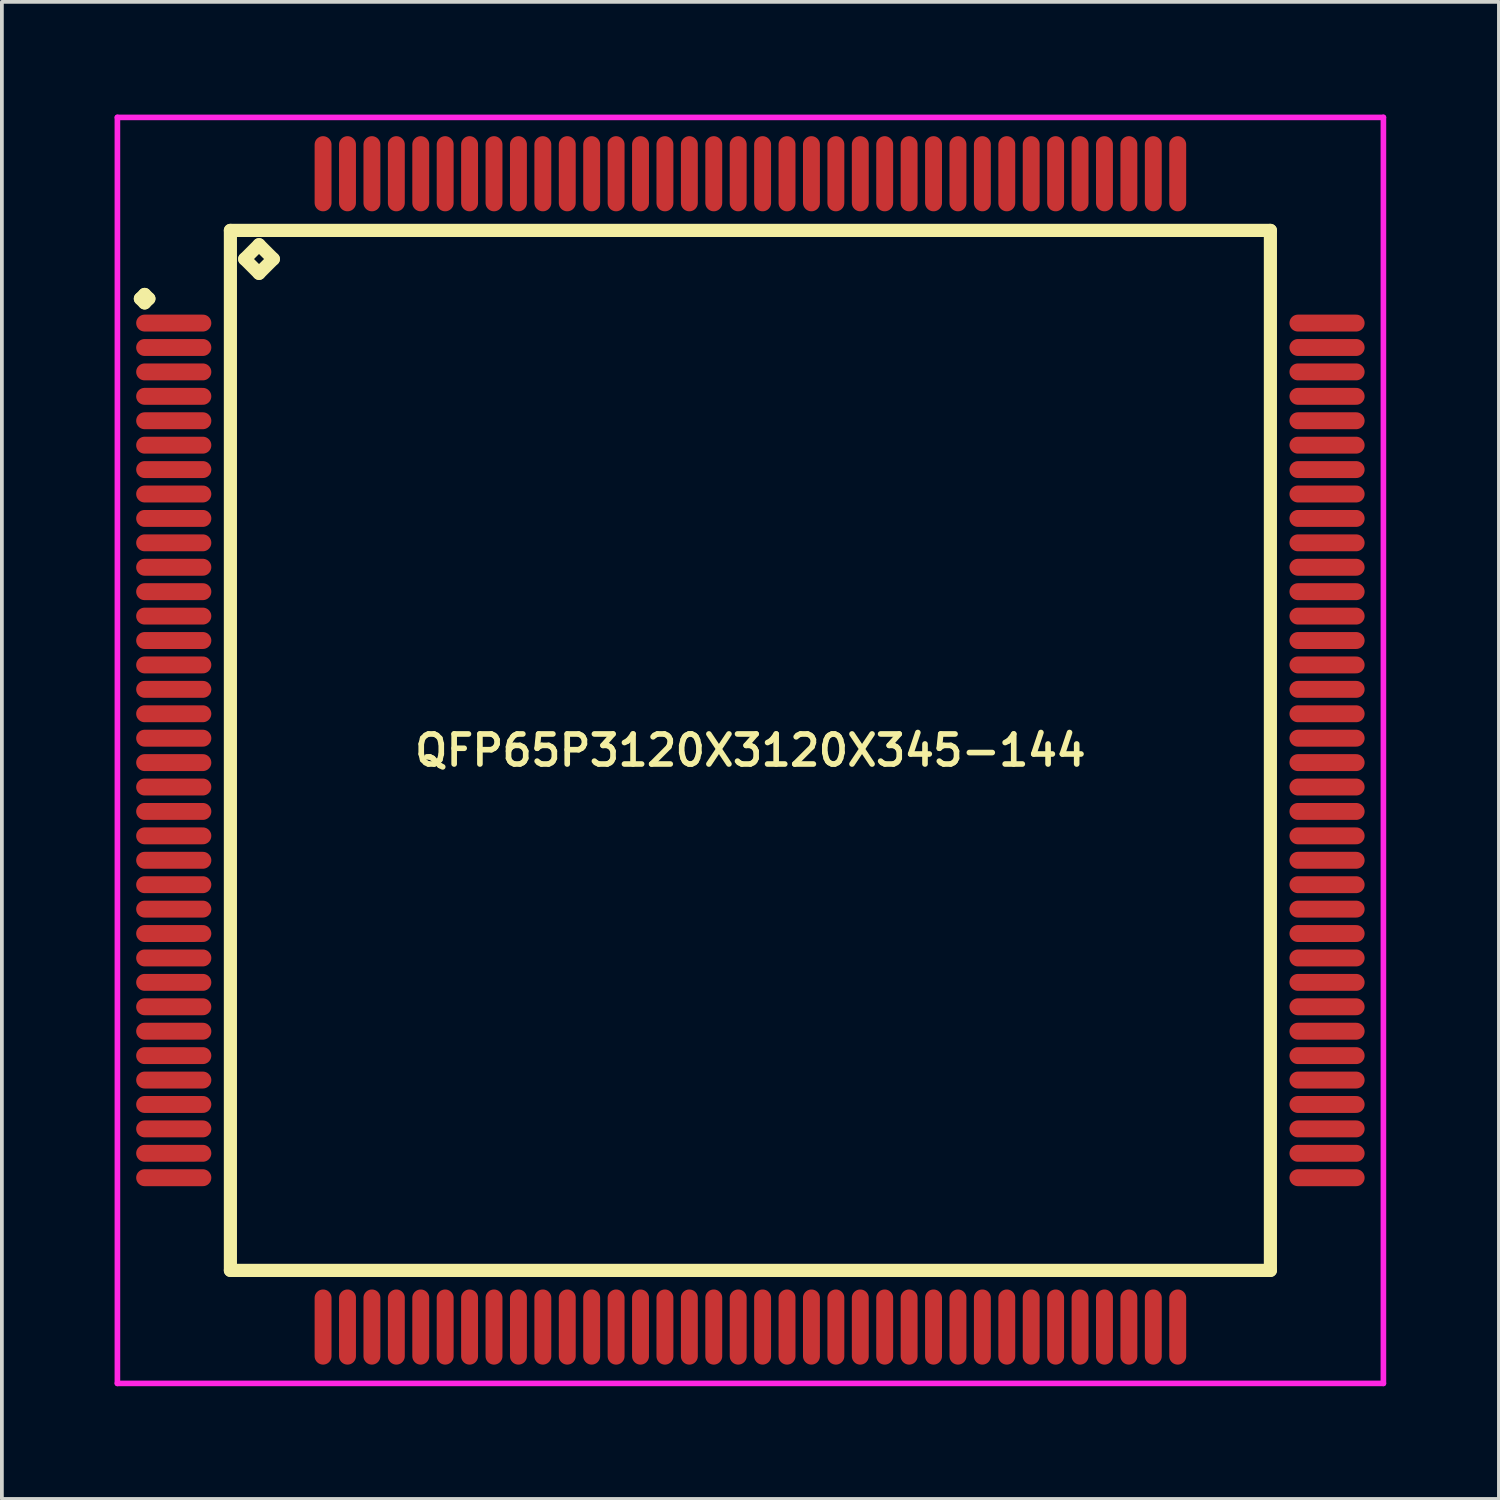
<source format=kicad_pcb>
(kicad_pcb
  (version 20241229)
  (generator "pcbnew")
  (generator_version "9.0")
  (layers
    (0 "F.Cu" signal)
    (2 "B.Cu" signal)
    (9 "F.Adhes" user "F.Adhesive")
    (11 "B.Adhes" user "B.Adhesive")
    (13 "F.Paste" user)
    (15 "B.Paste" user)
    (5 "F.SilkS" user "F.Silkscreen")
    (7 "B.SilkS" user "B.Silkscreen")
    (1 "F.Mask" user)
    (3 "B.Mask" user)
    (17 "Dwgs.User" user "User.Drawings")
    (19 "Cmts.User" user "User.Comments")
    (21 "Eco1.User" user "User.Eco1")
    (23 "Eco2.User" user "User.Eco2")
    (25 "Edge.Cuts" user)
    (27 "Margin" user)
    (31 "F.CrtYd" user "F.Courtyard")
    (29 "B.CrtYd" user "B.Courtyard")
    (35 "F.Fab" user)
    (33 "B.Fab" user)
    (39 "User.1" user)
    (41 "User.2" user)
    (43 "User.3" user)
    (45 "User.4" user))
  (footprint "QFP65P3120X3120X345-144"
    (layer "F.Cu")
    (at 16.925 16.925)
    (property "Reference" "QFP65P3120X3120X345-144" (at 0 0 0) (layer "F.SilkS") (effects (font (size 0.8 0.8) (thickness 0.15))))
    (attr smd)
    (fp_line (start -16.238 -12.025) (end -16.125 -12.137) (stroke (width 0.35) (type solid)) (layer "F.SilkS"))
    (fp_line (start -16.125 -12.137) (end -16.012 -12.025) (stroke (width 0.35) (type solid)) (layer "F.SilkS"))
    (fp_line (start -16.125 -11.912) (end -16.238 -12.025) (stroke (width 0.35) (type solid)) (layer "F.SilkS"))
    (fp_line (start -16.012 -12.025) (end -16.125 -11.912) (stroke (width 0.35) (type solid)) (layer "F.SilkS"))
    (fp_line (start -13.842 -13.842) (end -13.842 13.842) (stroke (width 0.35) (type solid)) (layer "F.SilkS"))
    (fp_line (start -13.842 13.842) (end 13.842 13.842) (stroke (width 0.35) (type solid)) (layer "F.SilkS"))
    (fp_line (start -13.461 -13.08) (end -13.08 -13.461) (stroke (width 0.35) (type solid)) (layer "F.SilkS"))
    (fp_line (start -13.08 -13.461) (end -12.699 -13.08) (stroke (width 0.35) (type solid)) (layer "F.SilkS"))
    (fp_line (start -13.08 -12.699) (end -13.461 -13.08) (stroke (width 0.35) (type solid)) (layer "F.SilkS"))
    (fp_line (start -12.699 -13.08) (end -13.08 -12.699) (stroke (width 0.35) (type solid)) (layer "F.SilkS"))
    (fp_line (start 13.842 -13.842) (end -13.842 -13.842) (stroke (width 0.35) (type solid)) (layer "F.SilkS"))
    (fp_line (start 13.842 13.842) (end 13.842 -13.842) (stroke (width 0.35) (type solid)) (layer "F.SilkS"))
    (fp_line (start -16.85 -16.85) (end 16.85 -16.85) (stroke (width 0.15) (type solid)) (layer "F.CrtYd"))
    (fp_line (start -16.85 16.85) (end -16.85 -16.85) (stroke (width 0.15) (type solid)) (layer "F.CrtYd"))
    (fp_line (start 16.85 -16.85) (end 16.85 16.85) (stroke (width 0.15) (type solid)) (layer "F.CrtYd"))
    (fp_line (start 16.85 16.85) (end -16.85 16.85) (stroke (width 0.15) (type solid)) (layer "F.CrtYd"))
    (pad "1" smd oval (at -15.35 -11.375) (size 2 0.45) (layers "F.Cu" "F.Mask" "F.Paste"))
    (pad "2" smd oval (at -15.35 -10.725) (size 2 0.45) (layers "F.Cu" "F.Mask" "F.Paste"))
    (pad "3" smd oval (at -15.35 -10.075) (size 2 0.45) (layers "F.Cu" "F.Mask" "F.Paste"))
    (pad "4" smd oval (at -15.35 -9.425) (size 2 0.45) (layers "F.Cu" "F.Mask" "F.Paste"))
    (pad "5" smd oval (at -15.35 -8.775) (size 2 0.45) (layers "F.Cu" "F.Mask" "F.Paste"))
    (pad "6" smd oval (at -15.35 -8.125) (size 2 0.45) (layers "F.Cu" "F.Mask" "F.Paste"))
    (pad "7" smd oval (at -15.35 -7.475) (size 2 0.45) (layers "F.Cu" "F.Mask" "F.Paste"))
    (pad "8" smd oval (at -15.35 -6.825) (size 2 0.45) (layers "F.Cu" "F.Mask" "F.Paste"))
    (pad "9" smd oval (at -15.35 -6.175) (size 2 0.45) (layers "F.Cu" "F.Mask" "F.Paste"))
    (pad "10" smd oval (at -15.35 -5.525) (size 2 0.45) (layers "F.Cu" "F.Mask" "F.Paste"))
    (pad "11" smd oval (at -15.35 -4.875) (size 2 0.45) (layers "F.Cu" "F.Mask" "F.Paste"))
    (pad "12" smd oval (at -15.35 -4.225) (size 2 0.45) (layers "F.Cu" "F.Mask" "F.Paste"))
    (pad "13" smd oval (at -15.35 -3.575) (size 2 0.45) (layers "F.Cu" "F.Mask" "F.Paste"))
    (pad "14" smd oval (at -15.35 -2.925) (size 2 0.45) (layers "F.Cu" "F.Mask" "F.Paste"))
    (pad "15" smd oval (at -15.35 -2.275) (size 2 0.45) (layers "F.Cu" "F.Mask" "F.Paste"))
    (pad "16" smd oval (at -15.35 -1.625) (size 2 0.45) (layers "F.Cu" "F.Mask" "F.Paste"))
    (pad "17" smd oval (at -15.35 -0.975) (size 2 0.45) (layers "F.Cu" "F.Mask" "F.Paste"))
    (pad "18" smd oval (at -15.35 -0.325) (size 2 0.45) (layers "F.Cu" "F.Mask" "F.Paste"))
    (pad "19" smd oval (at -15.35 0.325) (size 2 0.45) (layers "F.Cu" "F.Mask" "F.Paste"))
    (pad "20" smd oval (at -15.35 0.975) (size 2 0.45) (layers "F.Cu" "F.Mask" "F.Paste"))
    (pad "21" smd oval (at -15.35 1.625) (size 2 0.45) (layers "F.Cu" "F.Mask" "F.Paste"))
    (pad "22" smd oval (at -15.35 2.275) (size 2 0.45) (layers "F.Cu" "F.Mask" "F.Paste"))
    (pad "23" smd oval (at -15.35 2.925) (size 2 0.45) (layers "F.Cu" "F.Mask" "F.Paste"))
    (pad "24" smd oval (at -15.35 3.575) (size 2 0.45) (layers "F.Cu" "F.Mask" "F.Paste"))
    (pad "25" smd oval (at -15.35 4.225) (size 2 0.45) (layers "F.Cu" "F.Mask" "F.Paste"))
    (pad "26" smd oval (at -15.35 4.875) (size 2 0.45) (layers "F.Cu" "F.Mask" "F.Paste"))
    (pad "27" smd oval (at -15.35 5.525) (size 2 0.45) (layers "F.Cu" "F.Mask" "F.Paste"))
    (pad "28" smd oval (at -15.35 6.175) (size 2 0.45) (layers "F.Cu" "F.Mask" "F.Paste"))
    (pad "29" smd oval (at -15.35 6.825) (size 2 0.45) (layers "F.Cu" "F.Mask" "F.Paste"))
    (pad "30" smd oval (at -15.35 7.475) (size 2 0.45) (layers "F.Cu" "F.Mask" "F.Paste"))
    (pad "31" smd oval (at -15.35 8.125) (size 2 0.45) (layers "F.Cu" "F.Mask" "F.Paste"))
    (pad "32" smd oval (at -15.35 8.775) (size 2 0.45) (layers "F.Cu" "F.Mask" "F.Paste"))
    (pad "33" smd oval (at -15.35 9.425) (size 2 0.45) (layers "F.Cu" "F.Mask" "F.Paste"))
    (pad "34" smd oval (at -15.35 10.075) (size 2 0.45) (layers "F.Cu" "F.Mask" "F.Paste"))
    (pad "35" smd oval (at -15.35 10.725) (size 2 0.45) (layers "F.Cu" "F.Mask" "F.Paste"))
    (pad "36" smd oval (at -15.35 11.375) (size 2 0.45) (layers "F.Cu" "F.Mask" "F.Paste"))
    (pad "37" smd oval (at -11.375 15.35) (size 0.45 2) (layers "F.Cu" "F.Mask" "F.Paste"))
    (pad "38" smd oval (at -10.725 15.35) (size 0.45 2) (layers "F.Cu" "F.Mask" "F.Paste"))
    (pad "39" smd oval (at -10.075 15.35) (size 0.45 2) (layers "F.Cu" "F.Mask" "F.Paste"))
    (pad "40" smd oval (at -9.425 15.35) (size 0.45 2) (layers "F.Cu" "F.Mask" "F.Paste"))
    (pad "41" smd oval (at -8.775 15.35) (size 0.45 2) (layers "F.Cu" "F.Mask" "F.Paste"))
    (pad "42" smd oval (at -8.125 15.35) (size 0.45 2) (layers "F.Cu" "F.Mask" "F.Paste"))
    (pad "43" smd oval (at -7.475 15.35) (size 0.45 2) (layers "F.Cu" "F.Mask" "F.Paste"))
    (pad "44" smd oval (at -6.825 15.35) (size 0.45 2) (layers "F.Cu" "F.Mask" "F.Paste"))
    (pad "45" smd oval (at -6.175 15.35) (size 0.45 2) (layers "F.Cu" "F.Mask" "F.Paste"))
    (pad "46" smd oval (at -5.525 15.35) (size 0.45 2) (layers "F.Cu" "F.Mask" "F.Paste"))
    (pad "47" smd oval (at -4.875 15.35) (size 0.45 2) (layers "F.Cu" "F.Mask" "F.Paste"))
    (pad "48" smd oval (at -4.225 15.35) (size 0.45 2) (layers "F.Cu" "F.Mask" "F.Paste"))
    (pad "49" smd oval (at -3.575 15.35) (size 0.45 2) (layers "F.Cu" "F.Mask" "F.Paste"))
    (pad "50" smd oval (at -2.925 15.35) (size 0.45 2) (layers "F.Cu" "F.Mask" "F.Paste"))
    (pad "51" smd oval (at -2.275 15.35) (size 0.45 2) (layers "F.Cu" "F.Mask" "F.Paste"))
    (pad "52" smd oval (at -1.625 15.35) (size 0.45 2) (layers "F.Cu" "F.Mask" "F.Paste"))
    (pad "53" smd oval (at -0.975 15.35) (size 0.45 2) (layers "F.Cu" "F.Mask" "F.Paste"))
    (pad "54" smd oval (at -0.325 15.35) (size 0.45 2) (layers "F.Cu" "F.Mask" "F.Paste"))
    (pad "55" smd oval (at 0.325 15.35) (size 0.45 2) (layers "F.Cu" "F.Mask" "F.Paste"))
    (pad "56" smd oval (at 0.975 15.35) (size 0.45 2) (layers "F.Cu" "F.Mask" "F.Paste"))
    (pad "57" smd oval (at 1.625 15.35) (size 0.45 2) (layers "F.Cu" "F.Mask" "F.Paste"))
    (pad "58" smd oval (at 2.275 15.35) (size 0.45 2) (layers "F.Cu" "F.Mask" "F.Paste"))
    (pad "59" smd oval (at 2.925 15.35) (size 0.45 2) (layers "F.Cu" "F.Mask" "F.Paste"))
    (pad "60" smd oval (at 3.575 15.35) (size 0.45 2) (layers "F.Cu" "F.Mask" "F.Paste"))
    (pad "61" smd oval (at 4.225 15.35) (size 0.45 2) (layers "F.Cu" "F.Mask" "F.Paste"))
    (pad "62" smd oval (at 4.875 15.35) (size 0.45 2) (layers "F.Cu" "F.Mask" "F.Paste"))
    (pad "63" smd oval (at 5.525 15.35) (size 0.45 2) (layers "F.Cu" "F.Mask" "F.Paste"))
    (pad "64" smd oval (at 6.175 15.35) (size 0.45 2) (layers "F.Cu" "F.Mask" "F.Paste"))
    (pad "65" smd oval (at 6.825 15.35) (size 0.45 2) (layers "F.Cu" "F.Mask" "F.Paste"))
    (pad "66" smd oval (at 7.475 15.35) (size 0.45 2) (layers "F.Cu" "F.Mask" "F.Paste"))
    (pad "67" smd oval (at 8.125 15.35) (size 0.45 2) (layers "F.Cu" "F.Mask" "F.Paste"))
    (pad "68" smd oval (at 8.775 15.35) (size 0.45 2) (layers "F.Cu" "F.Mask" "F.Paste"))
    (pad "69" smd oval (at 9.425 15.35) (size 0.45 2) (layers "F.Cu" "F.Mask" "F.Paste"))
    (pad "70" smd oval (at 10.075 15.35) (size 0.45 2) (layers "F.Cu" "F.Mask" "F.Paste"))
    (pad "71" smd oval (at 10.725 15.35) (size 0.45 2) (layers "F.Cu" "F.Mask" "F.Paste"))
    (pad "72" smd oval (at 11.375 15.35) (size 0.45 2) (layers "F.Cu" "F.Mask" "F.Paste"))
    (pad "73" smd oval (at 15.35 11.375) (size 2 0.45) (layers "F.Cu" "F.Mask" "F.Paste"))
    (pad "74" smd oval (at 15.35 10.725) (size 2 0.45) (layers "F.Cu" "F.Mask" "F.Paste"))
    (pad "75" smd oval (at 15.35 10.075) (size 2 0.45) (layers "F.Cu" "F.Mask" "F.Paste"))
    (pad "76" smd oval (at 15.35 9.425) (size 2 0.45) (layers "F.Cu" "F.Mask" "F.Paste"))
    (pad "77" smd oval (at 15.35 8.775) (size 2 0.45) (layers "F.Cu" "F.Mask" "F.Paste"))
    (pad "78" smd oval (at 15.35 8.125) (size 2 0.45) (layers "F.Cu" "F.Mask" "F.Paste"))
    (pad "79" smd oval (at 15.35 7.475) (size 2 0.45) (layers "F.Cu" "F.Mask" "F.Paste"))
    (pad "80" smd oval (at 15.35 6.825) (size 2 0.45) (layers "F.Cu" "F.Mask" "F.Paste"))
    (pad "81" smd oval (at 15.35 6.175) (size 2 0.45) (layers "F.Cu" "F.Mask" "F.Paste"))
    (pad "82" smd oval (at 15.35 5.525) (size 2 0.45) (layers "F.Cu" "F.Mask" "F.Paste"))
    (pad "83" smd oval (at 15.35 4.875) (size 2 0.45) (layers "F.Cu" "F.Mask" "F.Paste"))
    (pad "84" smd oval (at 15.35 4.225) (size 2 0.45) (layers "F.Cu" "F.Mask" "F.Paste"))
    (pad "85" smd oval (at 15.35 3.575) (size 2 0.45) (layers "F.Cu" "F.Mask" "F.Paste"))
    (pad "86" smd oval (at 15.35 2.925) (size 2 0.45) (layers "F.Cu" "F.Mask" "F.Paste"))
    (pad "87" smd oval (at 15.35 2.275) (size 2 0.45) (layers "F.Cu" "F.Mask" "F.Paste"))
    (pad "88" smd oval (at 15.35 1.625) (size 2 0.45) (layers "F.Cu" "F.Mask" "F.Paste"))
    (pad "89" smd oval (at 15.35 0.975) (size 2 0.45) (layers "F.Cu" "F.Mask" "F.Paste"))
    (pad "90" smd oval (at 15.35 0.325) (size 2 0.45) (layers "F.Cu" "F.Mask" "F.Paste"))
    (pad "91" smd oval (at 15.35 -0.325) (size 2 0.45) (layers "F.Cu" "F.Mask" "F.Paste"))
    (pad "92" smd oval (at 15.35 -0.975) (size 2 0.45) (layers "F.Cu" "F.Mask" "F.Paste"))
    (pad "93" smd oval (at 15.35 -1.625) (size 2 0.45) (layers "F.Cu" "F.Mask" "F.Paste"))
    (pad "94" smd oval (at 15.35 -2.275) (size 2 0.45) (layers "F.Cu" "F.Mask" "F.Paste"))
    (pad "95" smd oval (at 15.35 -2.925) (size 2 0.45) (layers "F.Cu" "F.Mask" "F.Paste"))
    (pad "96" smd oval (at 15.35 -3.575) (size 2 0.45) (layers "F.Cu" "F.Mask" "F.Paste"))
    (pad "97" smd oval (at 15.35 -4.225) (size 2 0.45) (layers "F.Cu" "F.Mask" "F.Paste"))
    (pad "98" smd oval (at 15.35 -4.875) (size 2 0.45) (layers "F.Cu" "F.Mask" "F.Paste"))
    (pad "99" smd oval (at 15.35 -5.525) (size 2 0.45) (layers "F.Cu" "F.Mask" "F.Paste"))
    (pad "100" smd oval (at 15.35 -6.175) (size 2 0.45) (layers "F.Cu" "F.Mask" "F.Paste"))
    (pad "101" smd oval (at 15.35 -6.825) (size 2 0.45) (layers "F.Cu" "F.Mask" "F.Paste"))
    (pad "102" smd oval (at 15.35 -7.475) (size 2 0.45) (layers "F.Cu" "F.Mask" "F.Paste"))
    (pad "103" smd oval (at 15.35 -8.125) (size 2 0.45) (layers "F.Cu" "F.Mask" "F.Paste"))
    (pad "104" smd oval (at 15.35 -8.775) (size 2 0.45) (layers "F.Cu" "F.Mask" "F.Paste"))
    (pad "105" smd oval (at 15.35 -9.425) (size 2 0.45) (layers "F.Cu" "F.Mask" "F.Paste"))
    (pad "106" smd oval (at 15.35 -10.075) (size 2 0.45) (layers "F.Cu" "F.Mask" "F.Paste"))
    (pad "107" smd oval (at 15.35 -10.725) (size 2 0.45) (layers "F.Cu" "F.Mask" "F.Paste"))
    (pad "108" smd oval (at 15.35 -11.375) (size 2 0.45) (layers "F.Cu" "F.Mask" "F.Paste"))
    (pad "109" smd oval (at 11.375 -15.35) (size 0.45 2) (layers "F.Cu" "F.Mask" "F.Paste"))
    (pad "110" smd oval (at 10.725 -15.35) (size 0.45 2) (layers "F.Cu" "F.Mask" "F.Paste"))
    (pad "111" smd oval (at 10.075 -15.35) (size 0.45 2) (layers "F.Cu" "F.Mask" "F.Paste"))
    (pad "112" smd oval (at 9.425 -15.35) (size 0.45 2) (layers "F.Cu" "F.Mask" "F.Paste"))
    (pad "113" smd oval (at 8.775 -15.35) (size 0.45 2) (layers "F.Cu" "F.Mask" "F.Paste"))
    (pad "114" smd oval (at 8.125 -15.35) (size 0.45 2) (layers "F.Cu" "F.Mask" "F.Paste"))
    (pad "115" smd oval (at 7.475 -15.35) (size 0.45 2) (layers "F.Cu" "F.Mask" "F.Paste"))
    (pad "116" smd oval (at 6.825 -15.35) (size 0.45 2) (layers "F.Cu" "F.Mask" "F.Paste"))
    (pad "117" smd oval (at 6.175 -15.35) (size 0.45 2) (layers "F.Cu" "F.Mask" "F.Paste"))
    (pad "118" smd oval (at 5.525 -15.35) (size 0.45 2) (layers "F.Cu" "F.Mask" "F.Paste"))
    (pad "119" smd oval (at 4.875 -15.35) (size 0.45 2) (layers "F.Cu" "F.Mask" "F.Paste"))
    (pad "120" smd oval (at 4.225 -15.35) (size 0.45 2) (layers "F.Cu" "F.Mask" "F.Paste"))
    (pad "121" smd oval (at 3.575 -15.35) (size 0.45 2) (layers "F.Cu" "F.Mask" "F.Paste"))
    (pad "122" smd oval (at 2.925 -15.35) (size 0.45 2) (layers "F.Cu" "F.Mask" "F.Paste"))
    (pad "123" smd oval (at 2.275 -15.35) (size 0.45 2) (layers "F.Cu" "F.Mask" "F.Paste"))
    (pad "124" smd oval (at 1.625 -15.35) (size 0.45 2) (layers "F.Cu" "F.Mask" "F.Paste"))
    (pad "125" smd oval (at 0.975 -15.35) (size 0.45 2) (layers "F.Cu" "F.Mask" "F.Paste"))
    (pad "126" smd oval (at 0.325 -15.35) (size 0.45 2) (layers "F.Cu" "F.Mask" "F.Paste"))
    (pad "127" smd oval (at -0.325 -15.35) (size 0.45 2) (layers "F.Cu" "F.Mask" "F.Paste"))
    (pad "128" smd oval (at -0.975 -15.35) (size 0.45 2) (layers "F.Cu" "F.Mask" "F.Paste"))
    (pad "129" smd oval (at -1.625 -15.35) (size 0.45 2) (layers "F.Cu" "F.Mask" "F.Paste"))
    (pad "130" smd oval (at -2.275 -15.35) (size 0.45 2) (layers "F.Cu" "F.Mask" "F.Paste"))
    (pad "131" smd oval (at -2.925 -15.35) (size 0.45 2) (layers "F.Cu" "F.Mask" "F.Paste"))
    (pad "132" smd oval (at -3.575 -15.35) (size 0.45 2) (layers "F.Cu" "F.Mask" "F.Paste"))
    (pad "133" smd oval (at -4.225 -15.35) (size 0.45 2) (layers "F.Cu" "F.Mask" "F.Paste"))
    (pad "134" smd oval (at -4.875 -15.35) (size 0.45 2) (layers "F.Cu" "F.Mask" "F.Paste"))
    (pad "135" smd oval (at -5.525 -15.35) (size 0.45 2) (layers "F.Cu" "F.Mask" "F.Paste"))
    (pad "136" smd oval (at -6.175 -15.35) (size 0.45 2) (layers "F.Cu" "F.Mask" "F.Paste"))
    (pad "137" smd oval (at -6.825 -15.35) (size 0.45 2) (layers "F.Cu" "F.Mask" "F.Paste"))
    (pad "138" smd oval (at -7.475 -15.35) (size 0.45 2) (layers "F.Cu" "F.Mask" "F.Paste"))
    (pad "139" smd oval (at -8.125 -15.35) (size 0.45 2) (layers "F.Cu" "F.Mask" "F.Paste"))
    (pad "140" smd oval (at -8.775 -15.35) (size 0.45 2) (layers "F.Cu" "F.Mask" "F.Paste"))
    (pad "141" smd oval (at -9.425 -15.35) (size 0.45 2) (layers "F.Cu" "F.Mask" "F.Paste"))
    (pad "142" smd oval (at -10.075 -15.35) (size 0.45 2) (layers "F.Cu" "F.Mask" "F.Paste"))
    (pad "143" smd oval (at -10.725 -15.35) (size 0.45 2) (layers "F.Cu" "F.Mask" "F.Paste"))
    (pad "144" smd oval (at -11.375 -15.35) (size 0.45 2) (layers "F.Cu" "F.Mask" "F.Paste")))
  (gr_rect
    (start -3 -3)
    (end 36.85 36.85)
    (stroke (width 0.1) (type default))
    (fill no)
    (layer "Edge.Cuts")))
</source>
